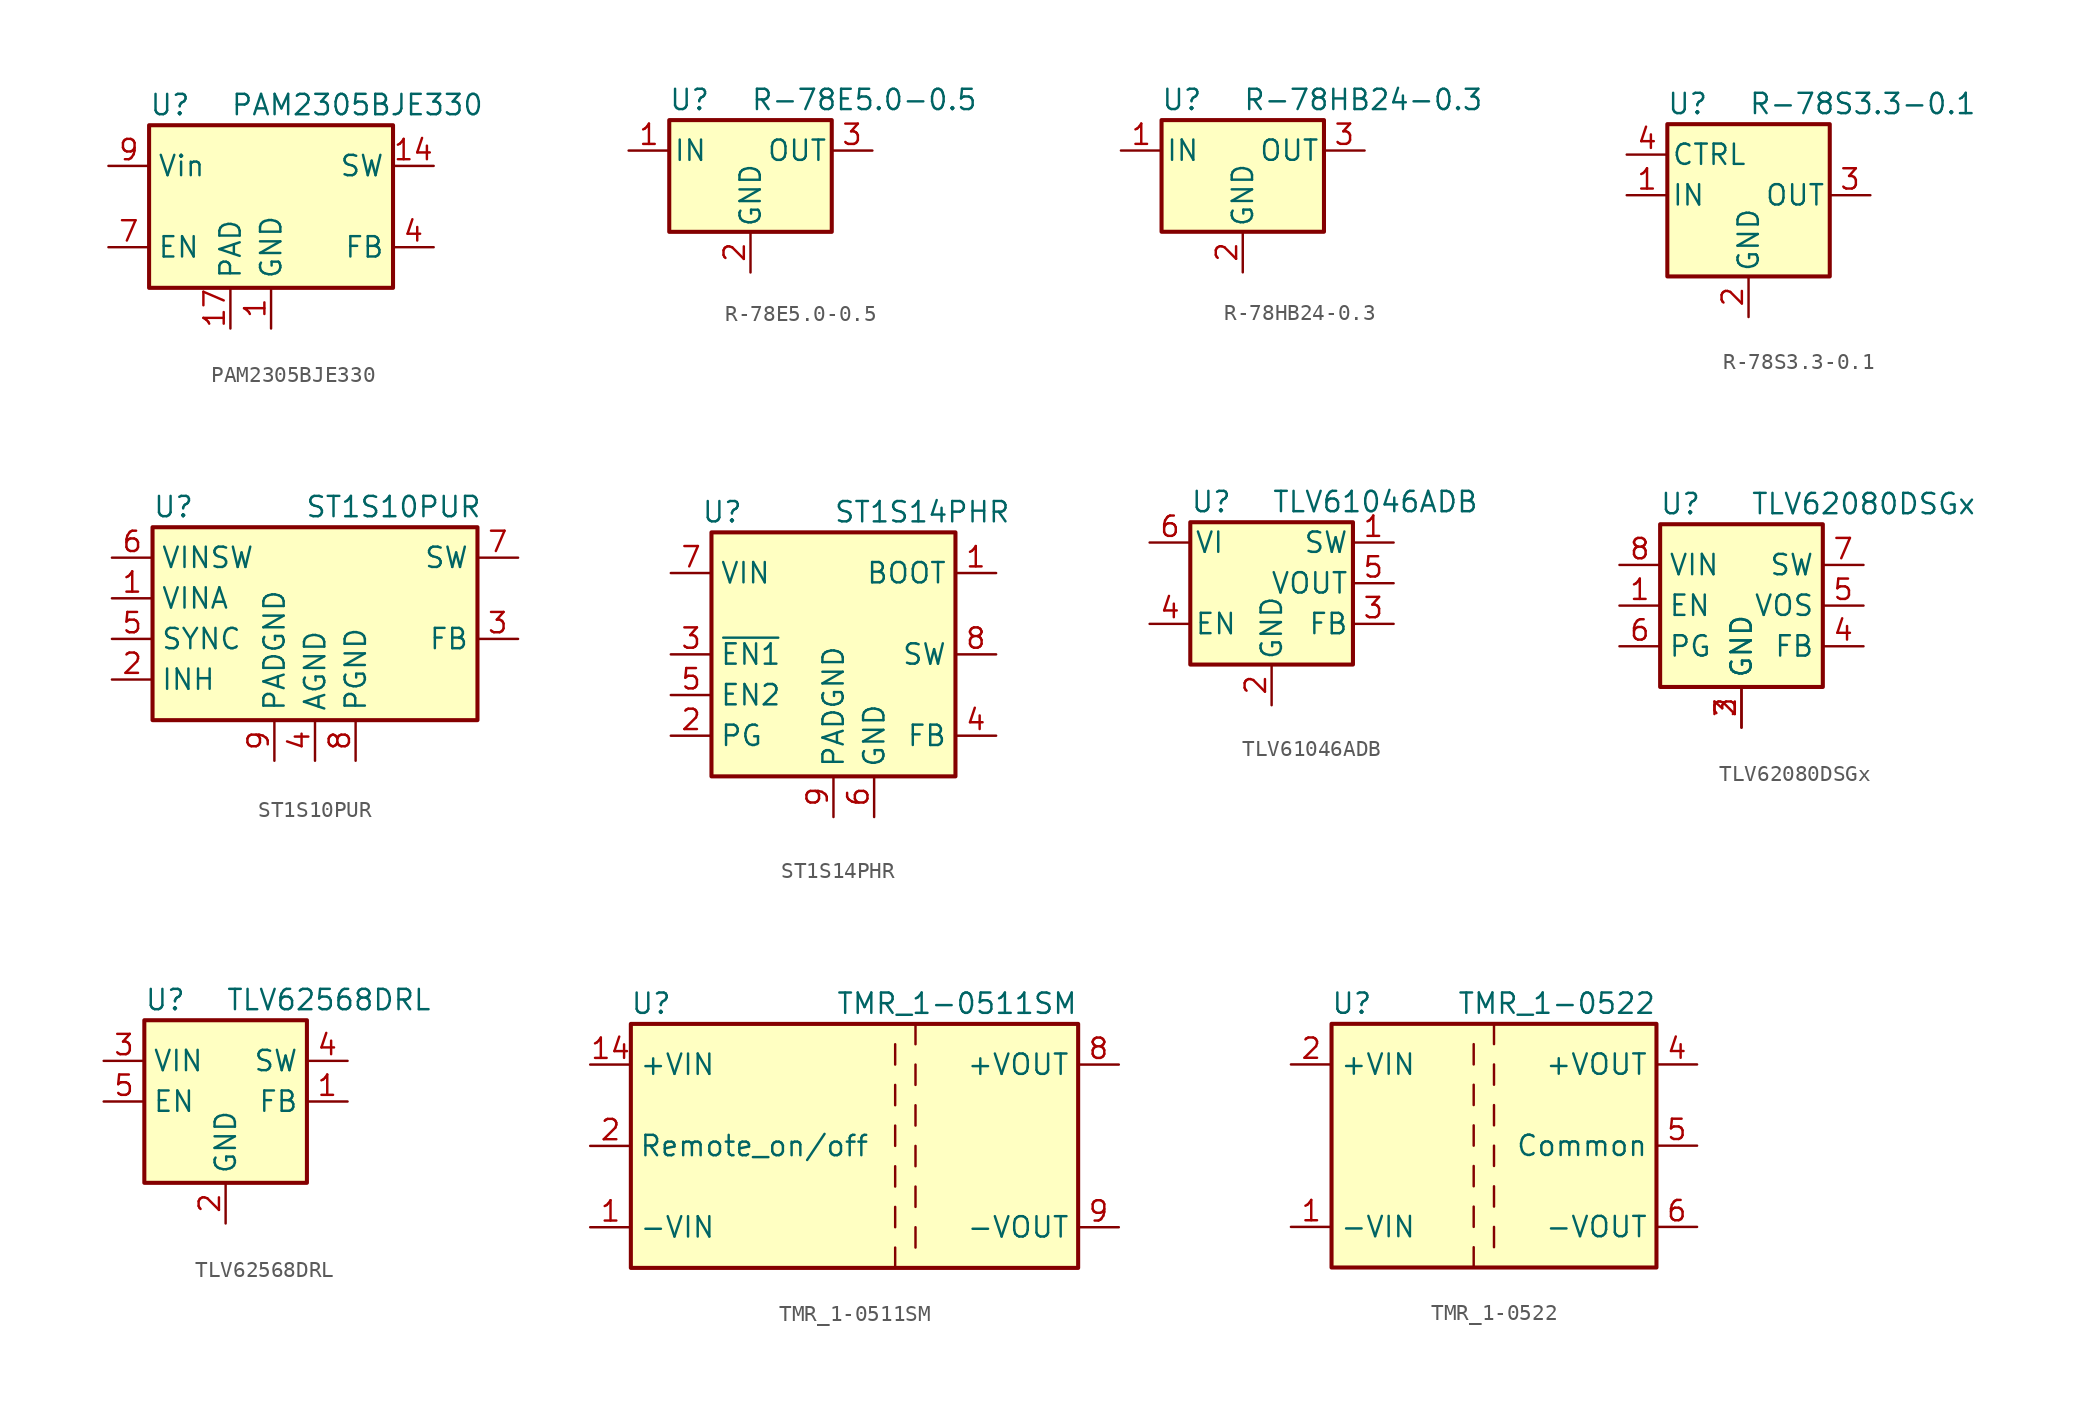
<source format=kicad_sym>
(kicad_symbol_lib
  (version 20201005)
  (generator kicad_symbol_editor)
  (symbol "PAM2305BJE330"
    (property "Reference" "U"
      (at -7.62 6.35 0)
      (effects (font (size 1.27 1.27)) (justify left)))
    (property "Value" "PAM2305BJE330"
      (at -2.54 6.35 0)
      (effects (font (size 1.27 1.27)) (justify left)))
    (symbol "PAM2305BJE330_0_1"
      (rectangle (start -7.62 5.08) (end 7.62 -5.08) (stroke (width 0.254)) (fill (type background))))
    (symbol "PAM2305BJE330_1_1"
      (pin power_in line (at 0 -7.62 90) (length 2.54) (name "GND" (effects (font (size 1.27 1.27)))) (number "1" (effects (font (size 1.27 1.27)))))
      (pin passive line (at -10.16 2.54 0) (length 2.54) hide (name "Vin" (effects (font (size 1.27 1.27)))) (number "10" (effects (font (size 1.27 1.27)))))
      (pin passive line (at -10.16 2.54 0) (length 2.54) hide (name "Vin" (effects (font (size 1.27 1.27)))) (number "11" (effects (font (size 1.27 1.27)))))
      (pin passive line (at -10.16 2.54 0) (length 2.54) hide (name "Vin" (effects (font (size 1.27 1.27)))) (number "12" (effects (font (size 1.27 1.27)))))
      (pin passive line (at 10.16 2.54 180) (length 2.54) hide (name "SW" (effects (font (size 1.27 1.27)))) (number "13" (effects (font (size 1.27 1.27)))))
      (pin output line (at 10.16 2.54 180) (length 2.54) (name "SW" (effects (font (size 1.27 1.27)))) (number "14" (effects (font (size 1.27 1.27)))))
      (pin passive line (at 10.16 2.54 180) (length 2.54) hide (name "SW" (effects (font (size 1.27 1.27)))) (number "15" (effects (font (size 1.27 1.27)))))
      (pin no_connect line (at 2.54 -5.08 90) (length 2.54) hide (name "NC" (effects (font (size 1.27 1.27)))) (number "16" (effects (font (size 1.27 1.27)))))
      (pin passive line (at -2.54 -7.62 90) (length 2.54) (name "PAD" (effects (font (size 1.27 1.27)))) (number "17" (effects (font (size 1.27 1.27)))))
      (pin passive line (at 0 -7.62 90) (length 2.54) hide (name "GND" (effects (font (size 1.27 1.27)))) (number "2" (effects (font (size 1.27 1.27)))))
      (pin passive line (at 0 -7.62 90) (length 2.54) hide (name "GND" (effects (font (size 1.27 1.27)))) (number "3" (effects (font (size 1.27 1.27)))))
      (pin input line (at 10.16 -2.54 180) (length 2.54) (name "FB" (effects (font (size 1.27 1.27)))) (number "4" (effects (font (size 1.27 1.27)))))
      (pin passive line (at 0 -7.62 90) (length 2.54) hide (name "GND" (effects (font (size 1.27 1.27)))) (number "5" (effects (font (size 1.27 1.27)))))
      (pin no_connect line (at -7.62 0 0) (length 2.54) hide (name "NC" (effects (font (size 1.27 1.27)))) (number "6" (effects (font (size 1.27 1.27)))))
      (pin input line (at -10.16 -2.54 0) (length 2.54) (name "EN" (effects (font (size 1.27 1.27)))) (number "7" (effects (font (size 1.27 1.27)))))
      (pin no_connect line (at 7.62 0 180) (length 2.54) hide (name "NC" (effects (font (size 1.27 1.27)))) (number "8" (effects (font (size 1.27 1.27)))))
      (pin power_in line (at -10.16 2.54 0) (length 2.54) (name "Vin" (effects (font (size 1.27 1.27)))) (number "9" (effects (font (size 1.27 1.27)))))))
  (symbol "R-78E5.0-0.5"
    (pin_names
      (offset 0.254))
    (property "Reference" "U"
      (at -3.81 3.175 0)
      (effects (font (size 1.27 1.27))))
    (property "Value" "R-78E5.0-0.5"
      (at 0 3.175 0)
      (effects (font (size 1.27 1.27)) (justify left)))
    (symbol "R-78E5.0-0.5_0_1"
      (rectangle (start -5.08 1.905) (end 5.08 -5.08) (stroke (width 0.254)) (fill (type background))))
    (symbol "R-78E5.0-0.5_1_1"
      (pin power_in line (at -7.62 0 0) (length 2.54) (name "IN" (effects (font (size 1.27 1.27)))) (number "1" (effects (font (size 1.27 1.27)))))
      (pin power_in line (at 0 -7.62 90) (length 2.54) (name "GND" (effects (font (size 1.27 1.27)))) (number "2" (effects (font (size 1.27 1.27)))))
      (pin power_out line (at 7.62 0 180) (length 2.54) (name "OUT" (effects (font (size 1.27 1.27)))) (number "3" (effects (font (size 1.27 1.27)))))))
  (symbol "R-78HB24-0.3"
    (pin_names
      (offset 0.254))
    (property "Reference" "U"
      (at -3.81 3.175 0)
      (effects (font (size 1.27 1.27))))
    (property "Value" "R-78HB24-0.3"
      (at 0 3.175 0)
      (effects (font (size 1.27 1.27)) (justify left)))
    (symbol "R-78HB24-0.3_0_1"
      (rectangle (start -5.08 1.905) (end 5.08 -5.08) (stroke (width 0.254)) (fill (type background))))
    (symbol "R-78HB24-0.3_1_1"
      (pin power_in line (at -7.62 0 0) (length 2.54) (name "IN" (effects (font (size 1.27 1.27)))) (number "1" (effects (font (size 1.27 1.27)))))
      (pin power_in line (at 0 -7.62 90) (length 2.54) (name "GND" (effects (font (size 1.27 1.27)))) (number "2" (effects (font (size 1.27 1.27)))))
      (pin power_out line (at 7.62 0 180) (length 2.54) (name "OUT" (effects (font (size 1.27 1.27)))) (number "3" (effects (font (size 1.27 1.27)))))))
  (symbol "R-78S3.3-0.1"
    (pin_names
      (offset 0.254))
    (property "Reference" "U"
      (at -3.81 5.715 0)
      (effects (font (size 1.27 1.27))))
    (property "Value" "R-78S3.3-0.1"
      (at 0 5.715 0)
      (effects (font (size 1.27 1.27)) (justify left)))
    (symbol "R-78S3.3-0.1_0_1"
      (rectangle (start -5.08 4.445) (end 5.08 -5.08) (stroke (width 0.254)) (fill (type background))))
    (symbol "R-78S3.3-0.1_1_1"
      (pin power_in line (at -7.62 0 0) (length 2.54) (name "IN" (effects (font (size 1.27 1.27)))) (number "1" (effects (font (size 1.27 1.27)))))
      (pin power_in line (at 0 -7.62 90) (length 2.54) (name "GND" (effects (font (size 1.27 1.27)))) (number "2" (effects (font (size 1.27 1.27)))))
      (pin power_out line (at 7.62 0 180) (length 2.54) (name "OUT" (effects (font (size 1.27 1.27)))) (number "3" (effects (font (size 1.27 1.27)))))
      (pin input line (at -7.62 2.54 0) (length 2.54) (name "CTRL" (effects (font (size 1.27 1.27)))) (number "4" (effects (font (size 1.27 1.27)))))))
  (symbol "ST1S10PUR"
    (property "Reference" "U"
      (at -10.16 5.715 0)
      (effects (font (size 1.27 1.27)) (justify left)))
    (property "Value" "ST1S10PUR"
      (at -0.635 5.715 0)
      (effects (font (size 1.27 1.27)) (justify left)))
    (symbol "ST1S10PUR_0_1"
      (rectangle (start 10.16 4.445) (end -10.16 -7.62) (stroke (width 0.254)) (fill (type background))))
    (symbol "ST1S10PUR_1_1"
      (pin power_in line (at -12.7 0 0) (length 2.54) (name "VINA" (effects (font (size 1.27 1.27)))) (number "1" (effects (font (size 1.27 1.27)))))
      (pin input line (at -12.7 -5.08 0) (length 2.54) (name "INH" (effects (font (size 1.27 1.27)))) (number "2" (effects (font (size 1.27 1.27)))))
      (pin input line (at 12.7 -2.54 180) (length 2.54) (name "FB" (effects (font (size 1.27 1.27)))) (number "3" (effects (font (size 1.27 1.27)))))
      (pin power_in line (at 0 -10.16 90) (length 2.54) (name "AGND" (effects (font (size 1.27 1.27)))) (number "4" (effects (font (size 1.27 1.27)))))
      (pin input line (at -12.7 -2.54 0) (length 2.54) (name "SYNC" (effects (font (size 1.27 1.27)))) (number "5" (effects (font (size 1.27 1.27)))))
      (pin input line (at -12.7 2.54 0) (length 2.54) (name "VINSW" (effects (font (size 1.27 1.27)))) (number "6" (effects (font (size 1.27 1.27)))))
      (pin output line (at 12.7 2.54 180) (length 2.54) (name "SW" (effects (font (size 1.27 1.27)))) (number "7" (effects (font (size 1.27 1.27)))))
      (pin power_in line (at 2.54 -10.16 90) (length 2.54) (name "PGND" (effects (font (size 1.27 1.27)))) (number "8" (effects (font (size 1.27 1.27)))))
      (pin power_in line (at -2.54 -10.16 90) (length 2.54) (name "PADGND" (effects (font (size 1.27 1.27)))) (number "9" (effects (font (size 1.27 1.27)))))))
  (symbol "ST1S14PHR"
    (property "Reference" "U"
      (at -8.255 8.89 0)
      (effects (font (size 1.27 1.27)) (justify left)))
    (property "Value" "ST1S14PHR"
      (at 0 8.89 0)
      (effects (font (size 1.27 1.27)) (justify left)))
    (symbol "ST1S14PHR_0_1"
      (rectangle (start 7.62 7.62) (end -7.62 -7.62) (stroke (width 0.254)) (fill (type background))))
    (symbol "ST1S14PHR_1_1"
      (pin input line (at 10.16 5.08 180) (length 2.54) (name "BOOT" (effects (font (size 1.27 1.27)))) (number "1" (effects (font (size 1.27 1.27)))))
      (pin output line (at -10.16 -5.08 0) (length 2.54) (name "PG" (effects (font (size 1.27 1.27)))) (number "2" (effects (font (size 1.27 1.27)))))
      (pin input line (at -10.16 0 0) (length 2.54) (name "~EN1~" (effects (font (size 1.27 1.27)))) (number "3" (effects (font (size 1.27 1.27)))))
      (pin input line (at 10.16 -5.08 180) (length 2.54) (name "FB" (effects (font (size 1.27 1.27)))) (number "4" (effects (font (size 1.27 1.27)))))
      (pin input line (at -10.16 -2.54 0) (length 2.54) (name "EN2" (effects (font (size 1.27 1.27)))) (number "5" (effects (font (size 1.27 1.27)))))
      (pin power_in line (at 2.54 -10.16 90) (length 2.54) (name "GND" (effects (font (size 1.27 1.27)))) (number "6" (effects (font (size 1.27 1.27)))))
      (pin power_in line (at -10.16 5.08 0) (length 2.54) (name "VIN" (effects (font (size 1.27 1.27)))) (number "7" (effects (font (size 1.27 1.27)))))
      (pin output line (at 10.16 0 180) (length 2.54) (name "SW" (effects (font (size 1.27 1.27)))) (number "8" (effects (font (size 1.27 1.27)))))
      (pin power_in line (at 0 -10.16 90) (length 2.54) (name "PADGND" (effects (font (size 1.27 1.27)))) (number "9" (effects (font (size 1.27 1.27)))))))
  (symbol "TLV61046ADB"
    (pin_names
      (offset 0.254))
    (property "Reference" "U"
      (at -5.08 7.62 0)
      (effects (font (size 1.27 1.27)) (justify left)))
    (property "Value" "TLV61046ADB"
      (at 0 7.62 0)
      (effects (font (size 1.27 1.27)) (justify left)))
    (symbol "TLV61046ADB_0_1"
      (rectangle (start -5.08 6.35) (end 5.08 -2.54) (stroke (width 0.254)) (fill (type background))))
    (symbol "TLV61046ADB_1_1"
      (pin power_in line (at 7.62 5.08 180) (length 2.54) (name "SW" (effects (font (size 1.27 1.27)))) (number "1" (effects (font (size 1.27 1.27)))))
      (pin power_in line (at 0 -5.08 90) (length 2.54) (name "GND" (effects (font (size 1.27 1.27)))) (number "2" (effects (font (size 1.27 1.27)))))
      (pin input line (at 7.62 0 180) (length 2.54) (name "FB" (effects (font (size 1.27 1.27)))) (number "3" (effects (font (size 1.27 1.27)))))
      (pin input line (at -7.62 0 0) (length 2.54) (name "EN" (effects (font (size 1.27 1.27)))) (number "4" (effects (font (size 1.27 1.27)))))
      (pin power_out line (at 7.62 2.54 180) (length 2.54) (name "VOUT" (effects (font (size 1.27 1.27)))) (number "5" (effects (font (size 1.27 1.27)))))
      (pin power_in line (at -7.62 5.08 0) (length 2.54) (name "VI" (effects (font (size 1.27 1.27)))) (number "6" (effects (font (size 1.27 1.27)))))))
  (symbol "TLV62080DSGx"
    (property "Reference" "U"
      (at -3.81 6.35 0)
      (effects (font (size 1.27 1.27))))
    (property "Value" "TLV62080DSGx"
      (at 7.62 6.35 0)
      (effects (font (size 1.27 1.27))))
    (symbol "TLV62080DSGx_0_1"
      (rectangle (start -5.08 -5.08) (end 5.08 5.08) (stroke (width 0.254)) (fill (type background)))
      (pin input line (at -7.62 0 0) (length 2.54) (name "EN" (effects (font (size 1.27 1.27)))) (number "1" (effects (font (size 1.27 1.27)))))
      (pin power_in line (at 0 -7.62 90) (length 2.54) (name "GND" (effects (font (size 1.27 1.27)))) (number "2" (effects (font (size 1.27 1.27)))))
      (pin power_in line (at 0 -7.62 90) (length 2.54) (name "GND" (effects (font (size 1.27 1.27)))) (number "3" (effects (font (size 1.27 1.27)))))
      (pin input line (at 7.62 -2.54 180) (length 2.54) (name "FB" (effects (font (size 1.27 1.27)))) (number "4" (effects (font (size 1.27 1.27)))))
      (pin input line (at 7.62 0 180) (length 2.54) (name "VOS" (effects (font (size 1.27 1.27)))) (number "5" (effects (font (size 1.27 1.27)))))
      (pin open_collector line (at -7.62 -2.54 0) (length 2.54) (name "PG" (effects (font (size 1.27 1.27)))) (number "6" (effects (font (size 1.27 1.27)))))
      (pin power_out line (at 7.62 2.54 180) (length 2.54) (name "SW" (effects (font (size 1.27 1.27)))) (number "7" (effects (font (size 1.27 1.27)))))
      (pin power_in line (at -7.62 2.54 0) (length 2.54) (name "VIN" (effects (font (size 1.27 1.27)))) (number "8" (effects (font (size 1.27 1.27)))))
      (pin passive line (at 0 -7.62 90) (length 2.54) hide (name "GND" (effects (font (size 1.27 1.27)))) (number "9" (effects (font (size 1.27 1.27)))))))
  (symbol "TLV62568DRL"
    (property "Reference" "U"
      (at -5.08 6.35 0)
      (effects (font (size 1.27 1.27)) (justify left)))
    (property "Value" "TLV62568DRL"
      (at 0 6.35 0)
      (effects (font (size 1.27 1.27)) (justify left)))
    (symbol "TLV62568DRL_0_1"
      (rectangle (start -5.08 5.08) (end 5.08 -5.08) (stroke (width 0.254)) (fill (type background))))
    (symbol "TLV62568DRL_1_1"
      (pin input line (at 7.62 0 180) (length 2.54) (name "FB" (effects (font (size 1.27 1.27)))) (number "1" (effects (font (size 1.27 1.27)))))
      (pin power_in line (at 0 -7.62 90) (length 2.54) (name "GND" (effects (font (size 1.27 1.27)))) (number "2" (effects (font (size 1.27 1.27)))))
      (pin power_in line (at -7.62 2.54 0) (length 2.54) (name "VIN" (effects (font (size 1.27 1.27)))) (number "3" (effects (font (size 1.27 1.27)))))
      (pin power_out line (at 7.62 2.54 180) (length 2.54) (name "SW" (effects (font (size 1.27 1.27)))) (number "4" (effects (font (size 1.27 1.27)))))
      (pin input line (at -7.62 0 0) (length 2.54) (name "EN" (effects (font (size 1.27 1.27)))) (number "5" (effects (font (size 1.27 1.27)))))
      (pin no_connect line (at 5.08 -2.54 180) (length 2.54) hide (name "NC" (effects (font (size 1.27 1.27)))) (number "6" (effects (font (size 1.27 1.27)))))))
  (symbol "TMR_1-0511SM"
    (property "Reference" "U"
      (at -16.51 8.89 0)
      (effects (font (size 1.27 1.27))))
    (property "Value" "TMR_1-0511SM"
      (at 10.16 8.89 0)
      (effects (font (size 1.27 1.27)) (justify right)))
    (symbol "TMR_1-0511SM_0_1"
      (rectangle (start -17.78 7.62) (end 10.16 -7.62) (stroke (width 0.254)) (fill (type background)))
      (polyline (pts (xy -1.27 -6.35) (xy -1.27 -7.62)) (stroke (width 0)) (fill (type none)))
      (polyline (pts (xy -1.27 -3.81) (xy -1.27 -5.08)) (stroke (width 0)) (fill (type none)))
      (polyline (pts (xy -1.27 -1.27) (xy -1.27 -2.54)) (stroke (width 0)) (fill (type none)))
      (polyline (pts (xy -1.27 1.27) (xy -1.27 0)) (stroke (width 0)) (fill (type none)))
      (polyline (pts (xy -1.27 3.81) (xy -1.27 2.54)) (stroke (width 0)) (fill (type none)))
      (polyline (pts (xy -1.27 6.35) (xy -1.27 5.08)) (stroke (width 0)) (fill (type none)))
      (polyline (pts (xy 0 -5.08) (xy 0 -6.35)) (stroke (width 0)) (fill (type none)))
      (polyline (pts (xy 0 -2.54) (xy 0 -3.81)) (stroke (width 0)) (fill (type none)))
      (polyline (pts (xy 0 0) (xy 0 -1.27)) (stroke (width 0)) (fill (type none)))
      (polyline (pts (xy 0 2.54) (xy 0 1.27)) (stroke (width 0)) (fill (type none)))
      (polyline (pts (xy 0 5.08) (xy 0 3.81)) (stroke (width 0)) (fill (type none)))
      (polyline (pts (xy 0 7.62) (xy 0 6.35)) (stroke (width 0)) (fill (type none))))
    (symbol "TMR_1-0511SM_1_1"
      (pin power_in line (at -20.32 -5.08 0) (length 2.54) (name "-VIN" (effects (font (size 1.27 1.27)))) (number "1" (effects (font (size 1.27 1.27)))))
      (pin power_in line (at -20.32 5.08 0) (length 2.54) (name "+VIN" (effects (font (size 1.27 1.27)))) (number "14" (effects (font (size 1.27 1.27)))))
      (pin input line (at -20.32 0 0) (length 2.54) (name "Remote_on/off" (effects (font (size 1.27 1.27)))) (number "2" (effects (font (size 1.27 1.27)))))
      (pin no_connect line (at 12.7 2.54 180) (length 2.54) hide (name "NC" (effects (font (size 1.27 1.27)))) (number "6" (effects (font (size 1.27 1.27)))))
      (pin no_connect line (at 12.7 -2.54 180) (length 2.54) hide (name "NC" (effects (font (size 1.27 1.27)))) (number "7" (effects (font (size 1.27 1.27)))))
      (pin power_out line (at 12.7 5.08 180) (length 2.54) (name "+VOUT" (effects (font (size 1.27 1.27)))) (number "8" (effects (font (size 1.27 1.27)))))
      (pin power_out line (at 12.7 -5.08 180) (length 2.54) (name "-VOUT" (effects (font (size 1.27 1.27)))) (number "9" (effects (font (size 1.27 1.27)))))))
  (symbol "TMR_1-0522"
    (property "Reference" "U"
      (at -8.89 8.89 0)
      (effects (font (size 1.27 1.27))))
    (property "Value" "TMR_1-0522"
      (at 10.16 8.89 0)
      (effects (font (size 1.27 1.27)) (justify right)))
    (symbol "TMR_1-0522_0_1"
      (rectangle (start -10.16 7.62) (end 10.16 -7.62) (stroke (width 0.254)) (fill (type background)))
      (polyline (pts (xy -1.27 -6.35) (xy -1.27 -7.62)) (stroke (width 0)) (fill (type none)))
      (polyline (pts (xy -1.27 -3.81) (xy -1.27 -5.08)) (stroke (width 0)) (fill (type none)))
      (polyline (pts (xy -1.27 -1.27) (xy -1.27 -2.54)) (stroke (width 0)) (fill (type none)))
      (polyline (pts (xy -1.27 1.27) (xy -1.27 0)) (stroke (width 0)) (fill (type none)))
      (polyline (pts (xy -1.27 3.81) (xy -1.27 2.54)) (stroke (width 0)) (fill (type none)))
      (polyline (pts (xy -1.27 6.35) (xy -1.27 5.08)) (stroke (width 0)) (fill (type none)))
      (polyline (pts (xy 0 -5.08) (xy 0 -6.35)) (stroke (width 0)) (fill (type none)))
      (polyline (pts (xy 0 -2.54) (xy 0 -3.81)) (stroke (width 0)) (fill (type none)))
      (polyline (pts (xy 0 0) (xy 0 -1.27)) (stroke (width 0)) (fill (type none)))
      (polyline (pts (xy 0 2.54) (xy 0 1.27)) (stroke (width 0)) (fill (type none)))
      (polyline (pts (xy 0 5.08) (xy 0 3.81)) (stroke (width 0)) (fill (type none)))
      (polyline (pts (xy 0 7.62) (xy 0 6.35)) (stroke (width 0)) (fill (type none))))
    (symbol "TMR_1-0522_1_1"
      (pin power_in line (at -12.7 -5.08 0) (length 2.54) (name "-VIN" (effects (font (size 1.27 1.27)))) (number "1" (effects (font (size 1.27 1.27)))))
      (pin power_in line (at -12.7 5.08 0) (length 2.54) (name "+VIN" (effects (font (size 1.27 1.27)))) (number "2" (effects (font (size 1.27 1.27)))))
      (pin power_out line (at 12.7 5.08 180) (length 2.54) (name "+VOUT" (effects (font (size 1.27 1.27)))) (number "4" (effects (font (size 1.27 1.27)))))
      (pin power_out line (at 12.7 0 180) (length 2.54) (name "Common" (effects (font (size 1.27 1.27)))) (number "5" (effects (font (size 1.27 1.27)))))
      (pin power_out line (at 12.7 -5.08 180) (length 2.54) (name "-VOUT" (effects (font (size 1.27 1.27)))) (number "6" (effects (font (size 1.27 1.27))))))))
</source>
